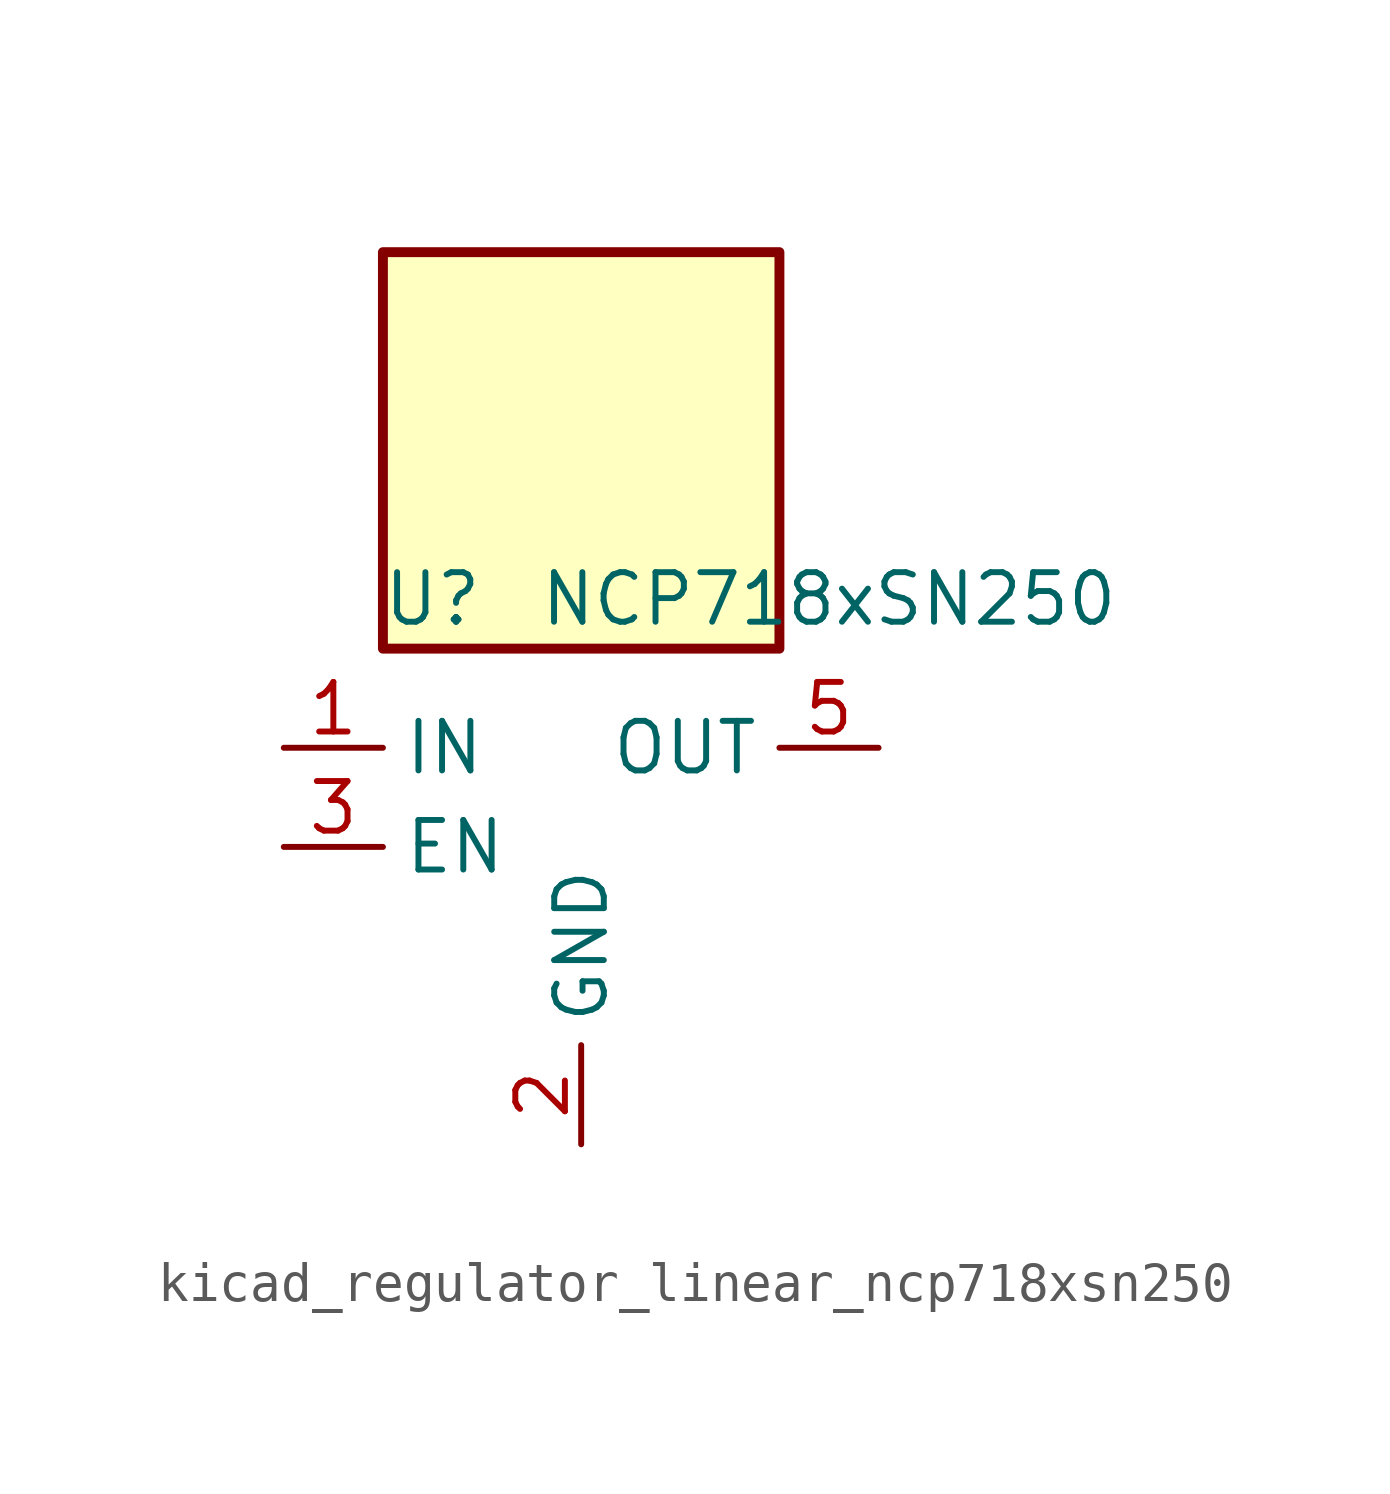
<source format=kicad_sym>
(kicad_symbol_lib
  (version 20220914)
  (generator kicad_symbol_editor)
  (symbol "kicad_regulator_linear_ncp718xsn250"
    (property "Reference" "U"
      (at -3.81 6.35 0)
      (effects (font (size 1.27 1.27))))
    (property "Value" "NCP718xSN250"
      (at 6.35 6.35 0)
      (effects (font (size 1.27 1.27))))
    (symbol "kicad_regulator_linear_ncp718xsn250_0_1"
      (rectangle (start 5.08 15.24) (end -5.08 5.08) (stroke (width 0.254) (type default)) (fill (type background)))
      (pin power_in line (at -7.62 2.54 0) (length 2.54) (name "IN" (effects (font (size 1.27 1.27)))) (number "1" (effects (font (size 1.27 1.27)))))
      (pin power_in line (at 0 -7.62 90) (length 2.54) (name "GND" (effects (font (size 1.27 1.27)))) (number "2" (effects (font (size 1.27 1.27)))))
      (pin input line (at -7.62 0 0) (length 2.54) (name "EN" (effects (font (size 1.27 1.27)))) (number "3" (effects (font (size 1.27 1.27)))))
      (pin no_connect line (at 5.08 0 180) (length 2.54) hide (name "NC" (effects (font (size 1.27 1.27)))) (number "4" (effects (font (size 1.27 1.27)))))
      (pin power_out line (at 7.62 2.54 180) (length 2.54) (name "OUT" (effects (font (size 1.27 1.27)))) (number "5" (effects (font (size 1.27 1.27))))))))
</source>
